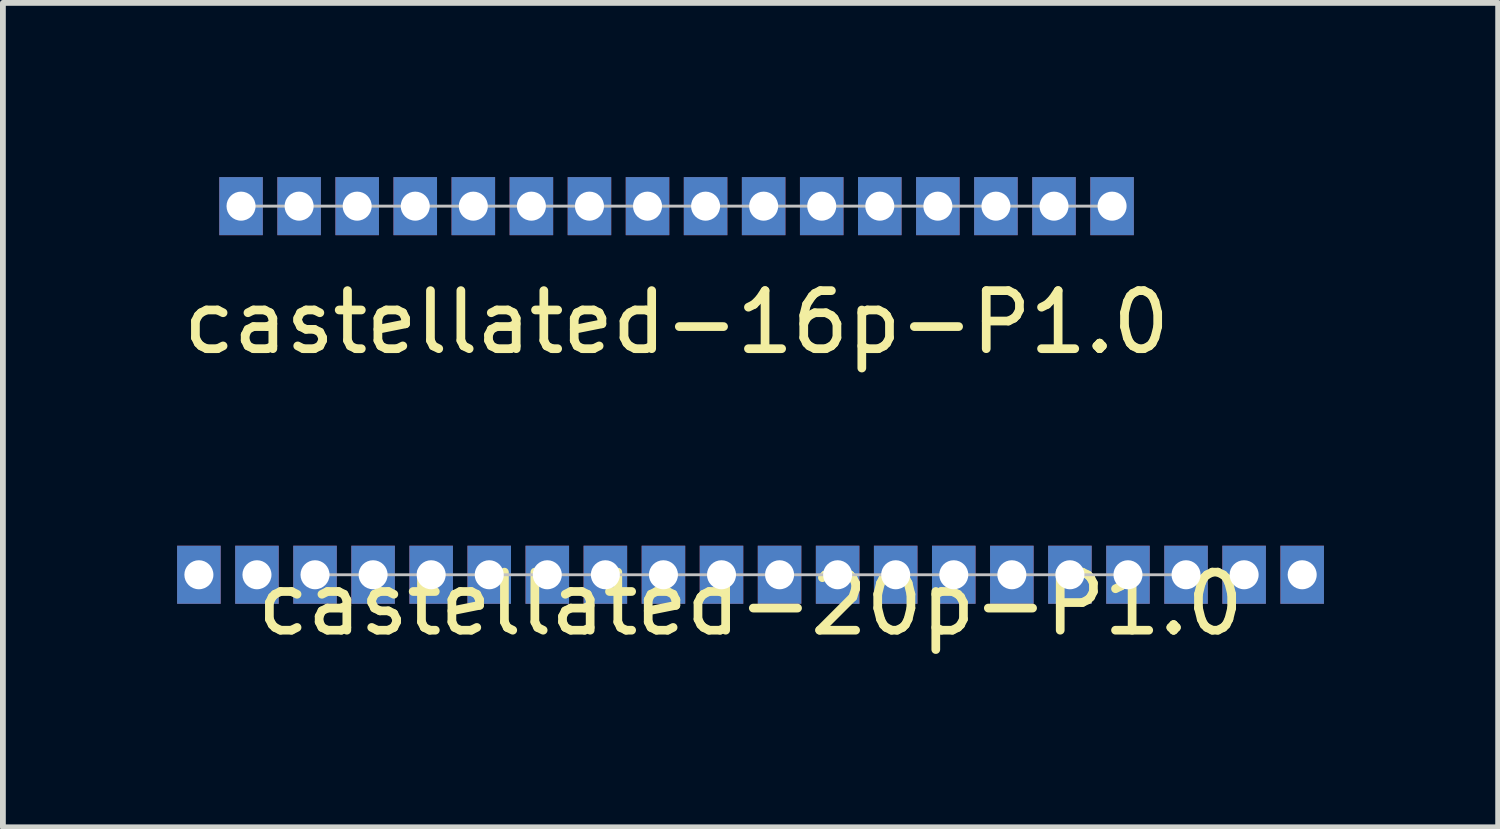
<source format=kicad_pcb>
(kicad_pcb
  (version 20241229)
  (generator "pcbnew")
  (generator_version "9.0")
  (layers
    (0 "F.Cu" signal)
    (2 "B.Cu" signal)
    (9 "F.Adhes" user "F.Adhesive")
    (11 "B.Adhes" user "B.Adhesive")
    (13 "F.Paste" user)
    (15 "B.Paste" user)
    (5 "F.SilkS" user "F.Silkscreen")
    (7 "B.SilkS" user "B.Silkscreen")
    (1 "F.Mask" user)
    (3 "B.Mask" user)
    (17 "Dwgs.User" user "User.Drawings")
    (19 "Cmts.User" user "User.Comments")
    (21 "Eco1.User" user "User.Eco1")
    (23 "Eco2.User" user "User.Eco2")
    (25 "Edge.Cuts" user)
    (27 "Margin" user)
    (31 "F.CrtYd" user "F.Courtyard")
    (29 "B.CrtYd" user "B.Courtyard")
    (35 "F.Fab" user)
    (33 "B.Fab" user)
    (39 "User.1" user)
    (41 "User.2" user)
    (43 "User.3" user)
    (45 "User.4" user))
  (footprint "castellated-16p-P1.0"
    (layer "F.Cu")
    (at 8.601 0.5)
    (property "Reference" "castellated-16p-P1.0" (at 0 2 0) (layer "F.SilkS") (effects (font (size 1 1) (thickness 0.15))))
    (attr through_hole)
    (fp_line (start -7.5 0) (end 7.5 0) (stroke (width 0.05) (type solid)) (layer "Dwgs.User"))
    (pad "1" thru_hole rect (at -7.5 0) (size 0.75 1) (drill 0.5) (layers "*.Cu" "*.Mask"))
    (pad "2" thru_hole rect (at -6.5 0) (size 0.75 1) (drill 0.5) (layers "*.Cu" "*.Mask"))
    (pad "3" thru_hole rect (at -5.5 0) (size 0.75 1) (drill 0.5) (layers "*.Cu" "*.Mask"))
    (pad "4" thru_hole rect (at -4.5 0) (size 0.75 1) (drill 0.5) (layers "*.Cu" "*.Mask"))
    (pad "5" thru_hole rect (at -3.5 0) (size 0.75 1) (drill 0.5) (layers "*.Cu" "*.Mask"))
    (pad "6" thru_hole rect (at -2.5 0) (size 0.75 1) (drill 0.5) (layers "*.Cu" "*.Mask"))
    (pad "7" thru_hole rect (at -1.5 0) (size 0.75 1) (drill 0.5) (layers "*.Cu" "*.Mask"))
    (pad "8" thru_hole rect (at -0.5 0) (size 0.75 1) (drill 0.5) (layers "*.Cu" "*.Mask"))
    (pad "9" thru_hole rect (at 0.5 0) (size 0.75 1) (drill 0.5) (layers "*.Cu" "*.Mask"))
    (pad "10" thru_hole rect (at 1.5 0) (size 0.75 1) (drill 0.5) (layers "*.Cu" "*.Mask"))
    (pad "11" thru_hole rect (at 2.5 0) (size 0.75 1) (drill 0.5) (layers "*.Cu" "*.Mask"))
    (pad "12" thru_hole rect (at 3.5 0) (size 0.75 1) (drill 0.5) (layers "*.Cu" "*.Mask"))
    (pad "13" thru_hole rect (at 4.5 0) (size 0.75 1) (drill 0.5) (layers "*.Cu" "*.Mask"))
    (pad "14" thru_hole rect (at 5.5 0) (size 0.75 1) (drill 0.5) (layers "*.Cu" "*.Mask"))
    (pad "15" thru_hole rect (at 6.5 0) (size 0.75 1) (drill 0.5) (layers "*.Cu" "*.Mask"))
    (pad "16" thru_hole rect (at 7.5 0) (size 0.75 1) (drill 0.5) (layers "*.Cu" "*.Mask")))
  (footprint "castellated-20p-P1.0"
    (layer "F.Cu")
    (at 9.875 6.848)
    (property "Reference" "castellated-20p-P1.0" (at 0 0.5 0) (layer "F.SilkS") (effects (font (size 1 1) (thickness 0.15))))
    (attr through_hole)
    (fp_line (start -7.5 0) (end 7.5 0) (stroke (width 0.05) (type solid)) (layer "Dwgs.User"))
    (pad "1" thru_hole rect (at -9.5 0) (size 0.75 1) (drill 0.5) (layers "*.Cu" "*.Mask"))
    (pad "2" thru_hole rect (at -8.5 0) (size 0.75 1) (drill 0.5) (layers "*.Cu" "*.Mask"))
    (pad "3" thru_hole rect (at -7.5 0) (size 0.75 1) (drill 0.5) (layers "*.Cu" "*.Mask"))
    (pad "4" thru_hole rect (at -6.5 0) (size 0.75 1) (drill 0.5) (layers "*.Cu" "*.Mask"))
    (pad "5" thru_hole rect (at -5.5 0) (size 0.75 1) (drill 0.5) (layers "*.Cu" "*.Mask"))
    (pad "6" thru_hole rect (at -4.5 0) (size 0.75 1) (drill 0.5) (layers "*.Cu" "*.Mask"))
    (pad "7" thru_hole rect (at -3.5 0) (size 0.75 1) (drill 0.5) (layers "*.Cu" "*.Mask"))
    (pad "8" thru_hole rect (at -2.5 0) (size 0.75 1) (drill 0.5) (layers "*.Cu" "*.Mask"))
    (pad "9" thru_hole rect (at -1.5 0) (size 0.75 1) (drill 0.5) (layers "*.Cu" "*.Mask"))
    (pad "10" thru_hole rect (at -0.5 0) (size 0.75 1) (drill 0.5) (layers "*.Cu" "*.Mask"))
    (pad "11" thru_hole rect (at 0.5 0) (size 0.75 1) (drill 0.5) (layers "*.Cu" "*.Mask"))
    (pad "12" thru_hole rect (at 1.5 0) (size 0.75 1) (drill 0.5) (layers "*.Cu" "*.Mask"))
    (pad "13" thru_hole rect (at 2.5 0) (size 0.75 1) (drill 0.5) (layers "*.Cu" "*.Mask"))
    (pad "14" thru_hole rect (at 3.5 0) (size 0.75 1) (drill 0.5) (layers "*.Cu" "*.Mask"))
    (pad "15" thru_hole rect (at 4.5 0) (size 0.75 1) (drill 0.5) (layers "*.Cu" "*.Mask"))
    (pad "16" thru_hole rect (at 5.5 0) (size 0.75 1) (drill 0.5) (layers "*.Cu" "*.Mask"))
    (pad "17" thru_hole rect (at 6.5 0) (size 0.75 1) (drill 0.5) (layers "*.Cu" "*.Mask"))
    (pad "18" thru_hole rect (at 7.5 0) (size 0.75 1) (drill 0.5) (layers "*.Cu" "*.Mask"))
    (pad "19" thru_hole rect (at 8.5 0) (size 0.75 1) (drill 0.5) (layers "*.Cu" "*.Mask"))
    (pad "20" thru_hole rect (at 9.5 0) (size 0.75 1) (drill 0.5) (layers "*.Cu" "*.Mask")))
  (gr_rect
    (start -3 -3)
    (end 22.75 11.197)
    (stroke (width 0.1) (type default))
    (fill no)
    (layer "Edge.Cuts")))
</source>
